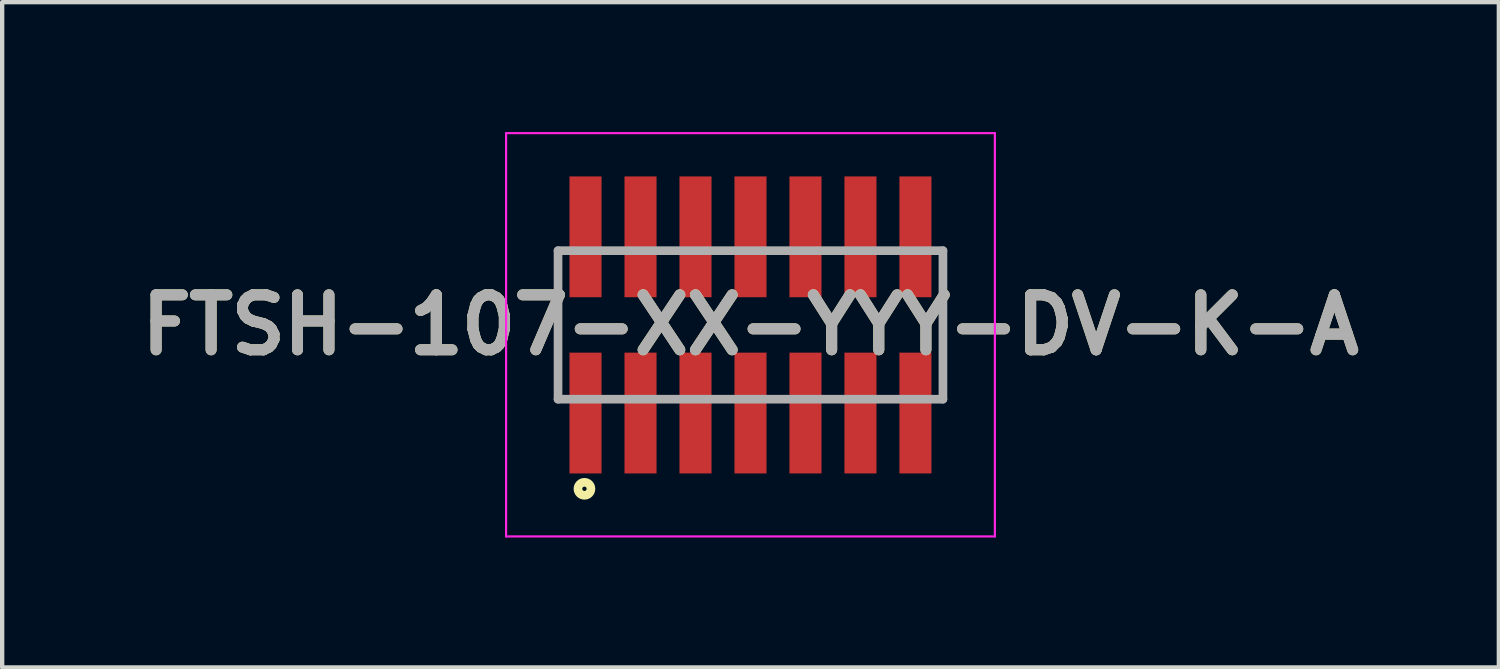
<source format=kicad_pcb>
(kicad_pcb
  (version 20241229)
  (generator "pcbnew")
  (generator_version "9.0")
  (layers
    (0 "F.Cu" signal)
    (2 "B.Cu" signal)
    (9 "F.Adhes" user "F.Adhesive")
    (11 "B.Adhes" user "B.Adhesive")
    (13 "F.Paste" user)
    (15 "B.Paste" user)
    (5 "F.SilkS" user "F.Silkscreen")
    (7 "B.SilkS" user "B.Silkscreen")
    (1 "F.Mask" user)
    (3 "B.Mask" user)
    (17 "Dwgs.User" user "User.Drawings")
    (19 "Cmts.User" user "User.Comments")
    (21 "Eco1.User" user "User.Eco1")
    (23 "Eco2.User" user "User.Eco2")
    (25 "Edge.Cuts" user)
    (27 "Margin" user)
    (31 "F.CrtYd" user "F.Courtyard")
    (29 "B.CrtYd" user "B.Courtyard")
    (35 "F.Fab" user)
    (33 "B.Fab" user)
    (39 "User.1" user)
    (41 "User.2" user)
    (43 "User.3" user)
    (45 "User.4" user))
  (footprint "FTSH-107-XX-YYY-DV-K-A"
    (layer "F.Cu")
    (at 14.284 4.455)
    (property "Reference" "FTSH-107-XX-YYY-DV-K-A" (at 0 0 0) (layer "F.SilkS") (effects (font (size 1.27 1.27) (thickness 0.254))))
    (attr through_hole)
    (fp_line (start -4.445 1.715) (end -4.445 -1.715) (stroke (width 0.1) (type solid)) (layer "F.SilkS"))
    (fp_line (start 4.445 -1.715) (end 4.445 1.715) (stroke (width 0.1) (type solid)) (layer "F.SilkS"))
    (fp_circle (center -3.835 3.785) (end -3.835 3.835) (stroke (width 0.2) (type solid)) (fill no) (layer "F.SilkS"))
    (fp_line (start -5.645 -4.43) (end 5.645 -4.43) (stroke (width 0.05) (type solid)) (layer "F.CrtYd"))
    (fp_line (start -5.645 4.885) (end -5.645 -4.43) (stroke (width 0.05) (type solid)) (layer "F.CrtYd"))
    (fp_line (start 5.645 -4.43) (end 5.645 4.885) (stroke (width 0.05) (type solid)) (layer "F.CrtYd"))
    (fp_line (start 5.645 4.885) (end -5.645 4.885) (stroke (width 0.05) (type solid)) (layer "F.CrtYd"))
    (fp_line (start -4.445 -1.715) (end 4.445 -1.715) (stroke (width 0.2) (type solid)) (layer "F.Fab"))
    (fp_line (start -4.445 1.715) (end -4.445 -1.715) (stroke (width 0.2) (type solid)) (layer "F.Fab"))
    (fp_line (start 4.445 -1.715) (end 4.445 1.715) (stroke (width 0.2) (type solid)) (layer "F.Fab"))
    (fp_line (start 4.445 1.715) (end -4.445 1.715) (stroke (width 0.2) (type solid)) (layer "F.Fab"))
    (fp_text user "${REFERENCE}" (at 0 0 0) (layer "F.Fab") (effects (font (size 1.27 1.27) (thickness 0.254))))
    (pad "" np_thru_hole circle (at -3.175 0) (size 0.001 0.001) (drill 1.02) (layers "*.Cu" "*.Mask"))
    (pad "" np_thru_hole circle (at 3.175 0) (size 0.001 0.001) (drill 1.02) (layers "*.Cu" "*.Mask"))
    (pad "1" smd rect (at -3.81 2.035) (size 0.74 2.79) (layers "F.Cu" "F.Mask" "F.Paste"))
    (pad "2" smd rect (at -3.81 -2.035) (size 0.74 2.79) (layers "F.Cu" "F.Mask" "F.Paste"))
    (pad "3" smd rect (at -2.54 2.035) (size 0.74 2.79) (layers "F.Cu" "F.Mask" "F.Paste"))
    (pad "4" smd rect (at -2.54 -2.035) (size 0.74 2.79) (layers "F.Cu" "F.Mask" "F.Paste"))
    (pad "5" smd rect (at -1.27 2.035) (size 0.74 2.79) (layers "F.Cu" "F.Mask" "F.Paste"))
    (pad "6" smd rect (at -1.27 -2.035) (size 0.74 2.79) (layers "F.Cu" "F.Mask" "F.Paste"))
    (pad "7" smd rect (at 0 2.035) (size 0.74 2.79) (layers "F.Cu" "F.Mask" "F.Paste"))
    (pad "8" smd rect (at 0 -2.035) (size 0.74 2.79) (layers "F.Cu" "F.Mask" "F.Paste"))
    (pad "9" smd rect (at 1.27 2.035) (size 0.74 2.79) (layers "F.Cu" "F.Mask" "F.Paste"))
    (pad "10" smd rect (at 1.27 -2.035) (size 0.74 2.79) (layers "F.Cu" "F.Mask" "F.Paste"))
    (pad "11" smd rect (at 2.54 2.035) (size 0.74 2.79) (layers "F.Cu" "F.Mask" "F.Paste"))
    (pad "12" smd rect (at 2.54 -2.035) (size 0.74 2.79) (layers "F.Cu" "F.Mask" "F.Paste"))
    (pad "13" smd rect (at 3.81 2.035) (size 0.74 2.79) (layers "F.Cu" "F.Mask" "F.Paste"))
    (pad "14" smd rect (at 3.81 -2.035) (size 0.74 2.79) (layers "F.Cu" "F.Mask" "F.Paste")))
  (gr_rect
    (start -3 -3)
    (end 31.569 12.365)
    (stroke (width 0.1) (type default))
    (fill no)
    (layer "Edge.Cuts")))
</source>
